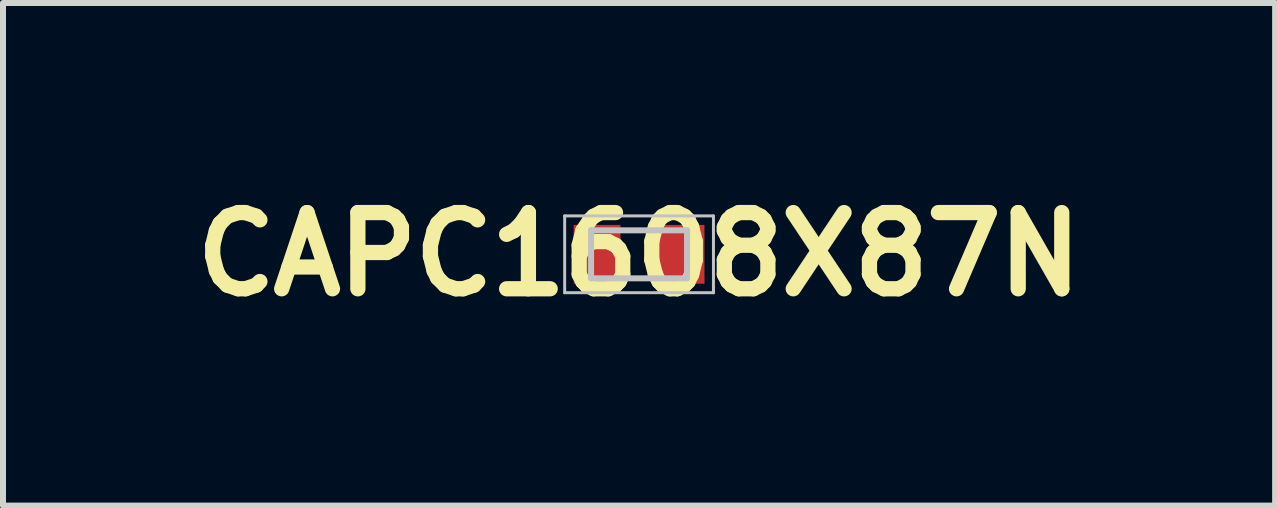
<source format=kicad_pcb>
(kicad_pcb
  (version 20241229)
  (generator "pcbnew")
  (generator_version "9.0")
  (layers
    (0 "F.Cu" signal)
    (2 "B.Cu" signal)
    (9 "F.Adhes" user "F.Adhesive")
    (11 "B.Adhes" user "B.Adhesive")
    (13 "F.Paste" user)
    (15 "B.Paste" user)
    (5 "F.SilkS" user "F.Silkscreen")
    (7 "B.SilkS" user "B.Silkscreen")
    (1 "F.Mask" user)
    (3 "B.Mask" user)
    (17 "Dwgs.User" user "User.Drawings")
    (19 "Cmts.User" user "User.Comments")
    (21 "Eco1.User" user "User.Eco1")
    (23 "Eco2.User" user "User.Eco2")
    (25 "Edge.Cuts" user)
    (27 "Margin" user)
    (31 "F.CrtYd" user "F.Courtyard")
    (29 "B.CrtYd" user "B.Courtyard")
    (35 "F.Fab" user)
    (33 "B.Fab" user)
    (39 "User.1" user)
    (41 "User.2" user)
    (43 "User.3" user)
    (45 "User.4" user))
  (footprint "CAPC1608X87N"
    (layer "F.Cu")
    (at 7.602 1.189)
    (property "Reference" "CAPC1608X87N" (at 0 0 0) (layer "F.SilkS") (effects (font (size 1.27 1.27) (thickness 0.254))))
    (attr smd)
    (fp_line (start -1.24 -0.64) (end 1.24 -0.64) (stroke (width 0.05) (type solid)) (layer "Dwgs.User"))
    (fp_line (start -1.24 0.64) (end -1.24 -0.64) (stroke (width 0.05) (type solid)) (layer "Dwgs.User"))
    (fp_line (start -0.8 -0.4) (end 0.8 -0.4) (stroke (width 0.1) (type solid)) (layer "Dwgs.User"))
    (fp_line (start -0.8 0.4) (end -0.8 -0.4) (stroke (width 0.1) (type solid)) (layer "Dwgs.User"))
    (fp_line (start 0.8 -0.4) (end 0.8 0.4) (stroke (width 0.1) (type solid)) (layer "Dwgs.User"))
    (fp_line (start 0.8 0.4) (end -0.8 0.4) (stroke (width 0.1) (type solid)) (layer "Dwgs.User"))
    (fp_line (start 1.24 -0.64) (end 1.24 0.64) (stroke (width 0.05) (type solid)) (layer "Dwgs.User"))
    (fp_line (start 1.24 0.64) (end -1.24 0.64) (stroke (width 0.05) (type solid)) (layer "Dwgs.User"))
    (pad "1" smd rect (at -0.7 0) (size 0.78 0.98) (layers "F.Cu" "F.Mask" "F.Paste"))
    (pad "2" smd rect (at 0.7 0) (size 0.78 0.98) (layers "F.Cu" "F.Mask" "F.Paste")))
  (gr_rect
    (start -3 -3)
    (end 18.204 5.377)
    (stroke (width 0.1) (type default))
    (fill no)
    (layer "Edge.Cuts")))
</source>
